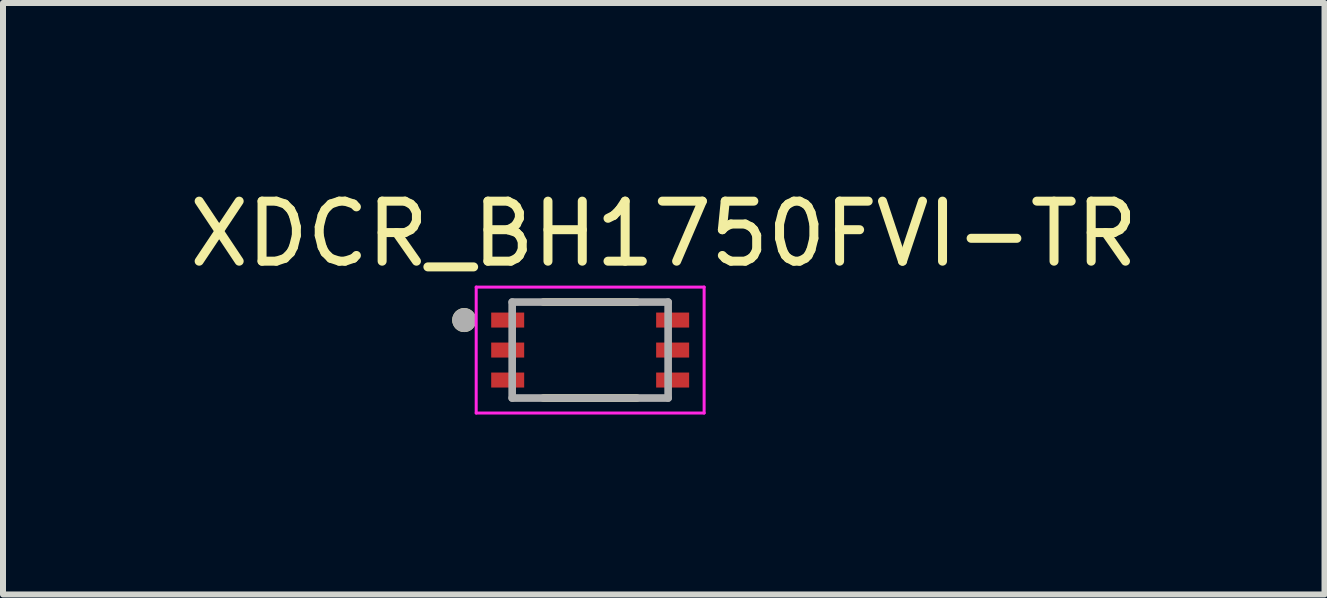
<source format=kicad_pcb>
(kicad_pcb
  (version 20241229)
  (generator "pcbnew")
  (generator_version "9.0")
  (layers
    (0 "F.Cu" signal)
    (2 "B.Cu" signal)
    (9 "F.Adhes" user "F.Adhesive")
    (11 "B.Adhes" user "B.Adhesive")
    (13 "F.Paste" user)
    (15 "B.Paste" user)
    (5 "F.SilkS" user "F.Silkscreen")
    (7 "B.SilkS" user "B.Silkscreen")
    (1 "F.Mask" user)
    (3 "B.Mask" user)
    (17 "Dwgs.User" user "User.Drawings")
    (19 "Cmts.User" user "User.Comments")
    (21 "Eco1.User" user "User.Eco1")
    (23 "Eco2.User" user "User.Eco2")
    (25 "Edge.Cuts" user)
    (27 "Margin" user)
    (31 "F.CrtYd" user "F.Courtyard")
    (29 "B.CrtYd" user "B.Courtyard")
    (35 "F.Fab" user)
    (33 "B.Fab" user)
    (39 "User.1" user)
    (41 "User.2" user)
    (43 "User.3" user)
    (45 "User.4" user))
  (footprint "XDCR_BH1750FVI-TR"
    (layer "F.Cu")
    (at 6.789 2.786)
    (property "Reference" "XDCR_BH1750FVI-TR" (at 1.227 -1.937 0) (layer "F.SilkS") (effects (font (size 1.001 1.001) (thickness 0.15))))
    (attr through_hole)
    (fp_line (start -0.78 0.8) (end 0.78 0.8) (stroke (width 0.127) (type solid)) (layer "F.SilkS"))
    (fp_line (start 0.78 -0.8) (end -0.78 -0.8) (stroke (width 0.127) (type solid)) (layer "F.SilkS"))
    (fp_circle (center -2.1 -0.5) (end -2 -0.5) (stroke (width 0.2) (type solid)) (fill no) (layer "F.SilkS"))
    (fp_line (start -1.9 -1.05) (end 1.9 -1.05) (stroke (width 0.05) (type solid)) (layer "F.CrtYd"))
    (fp_line (start -1.9 1.05) (end -1.9 -1.05) (stroke (width 0.05) (type solid)) (layer "F.CrtYd"))
    (fp_line (start 1.9 -1.05) (end 1.9 1.05) (stroke (width 0.05) (type solid)) (layer "F.CrtYd"))
    (fp_line (start 1.9 1.05) (end -1.9 1.05) (stroke (width 0.05) (type solid)) (layer "F.CrtYd"))
    (fp_line (start -1.3 -0.8) (end -1.3 0.8) (stroke (width 0.127) (type solid)) (layer "F.Fab"))
    (fp_line (start -1.3 0.8) (end 1.3 0.8) (stroke (width 0.127) (type solid)) (layer "F.Fab"))
    (fp_line (start 1.3 -0.8) (end -1.3 -0.8) (stroke (width 0.127) (type solid)) (layer "F.Fab"))
    (fp_line (start 1.3 0.8) (end 1.3 -0.8) (stroke (width 0.127) (type solid)) (layer "F.Fab"))
    (fp_circle (center -2.1 -0.5) (end -2 -0.5) (stroke (width 0.2) (type solid)) (fill no) (layer "F.Fab"))
    (pad "1" smd rect (at -1.375 -0.5) (size 0.55 0.25) (layers "F.Cu" "F.Mask" "F.Paste"))
    (pad "2" smd rect (at -1.375 0) (size 0.55 0.25) (layers "F.Cu" "F.Mask" "F.Paste"))
    (pad "3" smd rect (at -1.375 0.5) (size 0.55 0.25) (layers "F.Cu" "F.Mask" "F.Paste"))
    (pad "4" smd rect (at 1.375 0.5) (size 0.55 0.25) (layers "F.Cu" "F.Mask" "F.Paste"))
    (pad "5" smd rect (at 1.375 0) (size 0.55 0.25) (layers "F.Cu" "F.Mask" "F.Paste"))
    (pad "6" smd rect (at 1.375 -0.5) (size 0.55 0.25) (layers "F.Cu" "F.Mask" "F.Paste")))
  (gr_rect
    (start -3 -3)
    (end 19.032 6.861)
    (stroke (width 0.1) (type default))
    (fill no)
    (layer "Edge.Cuts")))
</source>
